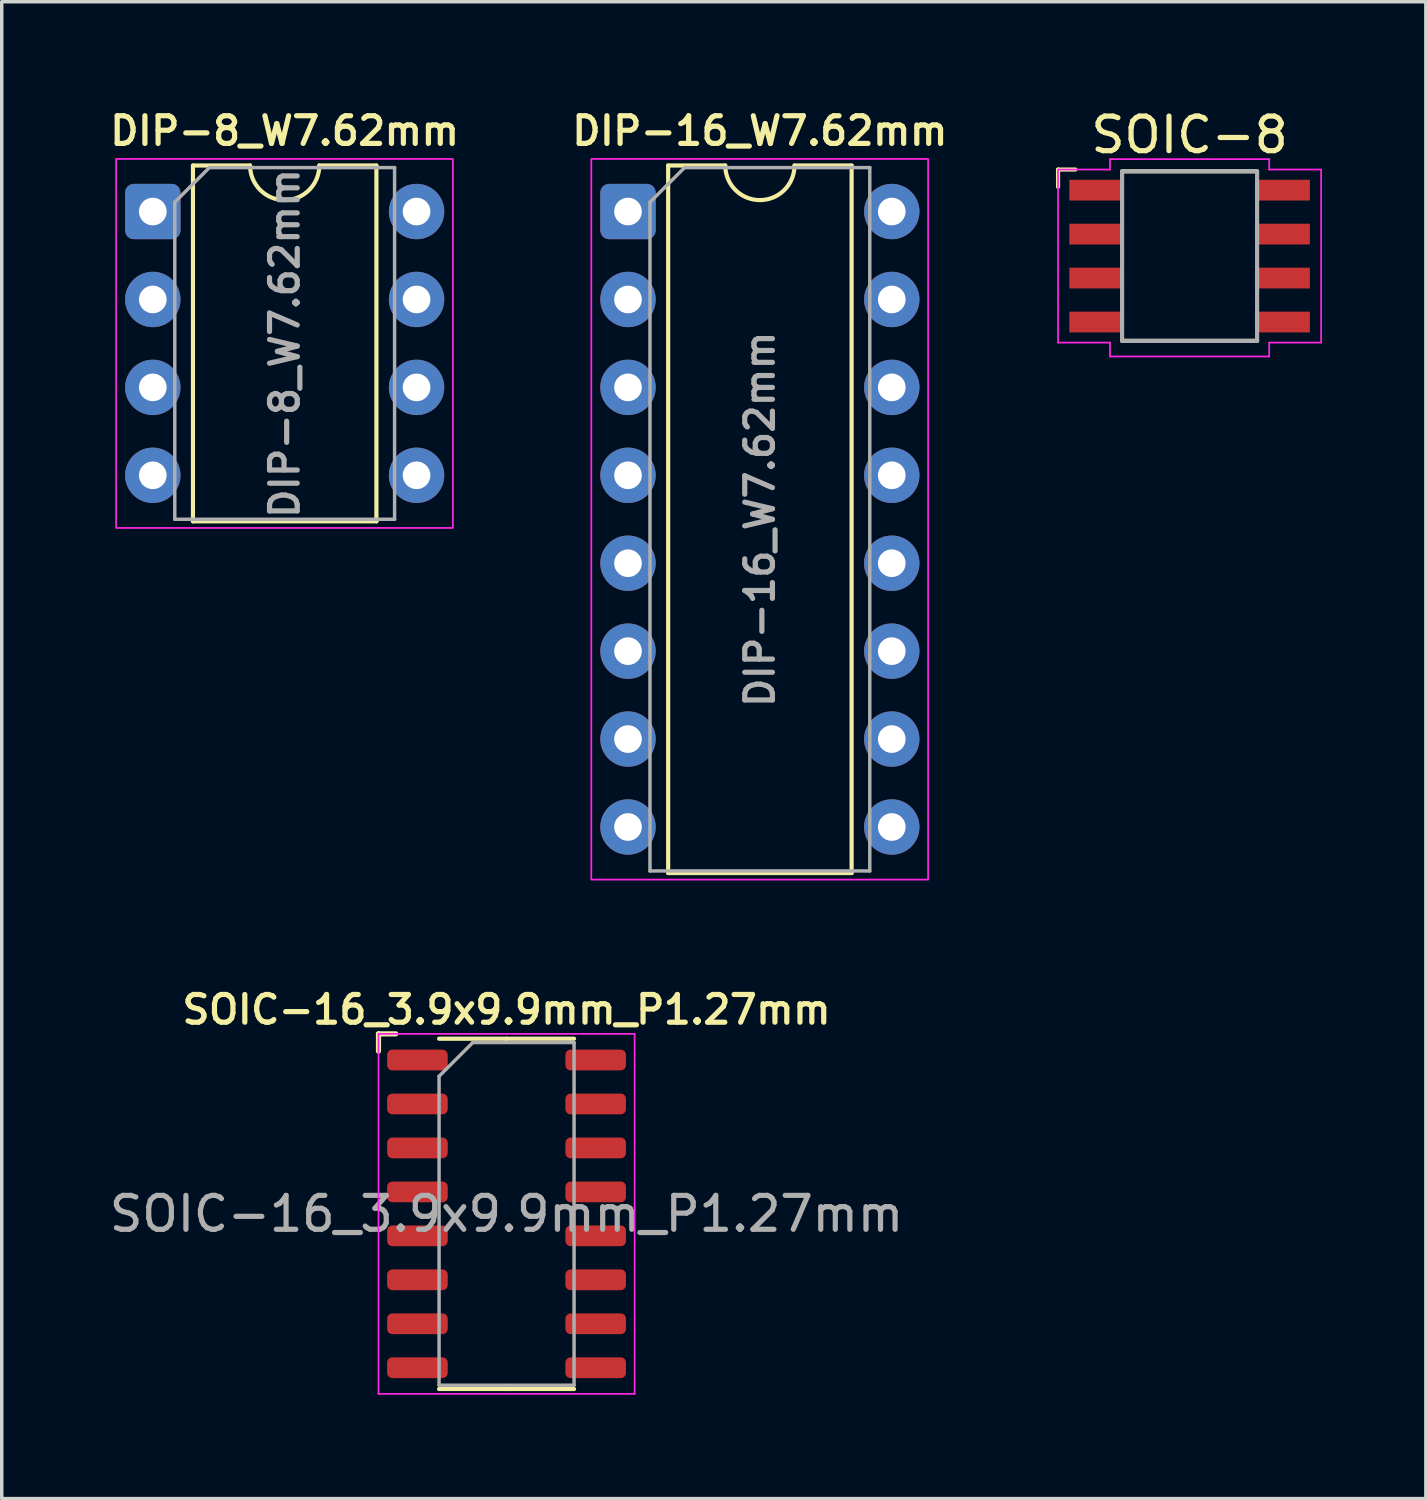
<source format=kicad_pcb>
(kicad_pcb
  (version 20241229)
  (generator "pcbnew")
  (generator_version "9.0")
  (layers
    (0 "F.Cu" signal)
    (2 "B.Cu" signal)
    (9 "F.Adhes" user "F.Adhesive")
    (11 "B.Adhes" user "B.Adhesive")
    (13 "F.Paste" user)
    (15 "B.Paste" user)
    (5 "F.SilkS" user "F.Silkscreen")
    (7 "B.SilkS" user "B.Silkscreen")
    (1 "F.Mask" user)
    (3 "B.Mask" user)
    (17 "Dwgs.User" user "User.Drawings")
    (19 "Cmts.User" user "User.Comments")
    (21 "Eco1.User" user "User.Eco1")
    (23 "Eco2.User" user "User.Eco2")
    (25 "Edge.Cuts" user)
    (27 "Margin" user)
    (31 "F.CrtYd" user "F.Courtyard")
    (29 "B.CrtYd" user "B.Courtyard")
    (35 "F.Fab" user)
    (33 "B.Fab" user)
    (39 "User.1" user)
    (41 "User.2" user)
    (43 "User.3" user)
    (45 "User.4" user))
  (footprint "SOIC-8"
    (layer "F.Cu")
    (at 31.316 4.348)
    (property "Reference" "SOIC-8" (at 0 -3.5 0) (layer "F.SilkS") (effects (font (size 1 1) (thickness 0.15))))
    (attr smd)
    (fp_line (start -3.8 -2.5) (end -3.8 -2) (stroke (width 0.12) (type solid)) (layer "F.SilkS"))
    (fp_line (start -3.8 -2.5) (end -3.3 -2.5) (stroke (width 0.12) (type solid)) (layer "F.SilkS"))
    (fp_line (start -1.95 -2.45) (end 1.95 -2.45) (stroke (width 0.12) (type solid)) (layer "F.SilkS"))
    (fp_line (start -1.95 2.45) (end 1.95 2.45) (stroke (width 0.12) (type solid)) (layer "F.SilkS"))
    (fp_line (start -3.8 -2.5) (end -3.8 2.5) (stroke (width 0.05) (type solid)) (layer "F.CrtYd"))
    (fp_line (start -3.8 2.5) (end -2.3 2.5) (stroke (width 0.05) (type solid)) (layer "F.CrtYd"))
    (fp_line (start -2.3 -2.8) (end -2.3 -2.5) (stroke (width 0.05) (type solid)) (layer "F.CrtYd"))
    (fp_line (start -2.3 -2.5) (end -3.8 -2.5) (stroke (width 0.05) (type solid)) (layer "F.CrtYd"))
    (fp_line (start -2.3 2.5) (end -2.3 2.9) (stroke (width 0.05) (type solid)) (layer "F.CrtYd"))
    (fp_line (start -2.3 2.9) (end 2.3 2.9) (stroke (width 0.05) (type solid)) (layer "F.CrtYd"))
    (fp_line (start 2.3 -2.8) (end -2.3 -2.8) (stroke (width 0.05) (type solid)) (layer "F.CrtYd"))
    (fp_line (start 2.3 -2.5) (end 2.3 -2.8) (stroke (width 0.05) (type solid)) (layer "F.CrtYd"))
    (fp_line (start 2.3 2.5) (end 3.8 2.5) (stroke (width 0.05) (type solid)) (layer "F.CrtYd"))
    (fp_line (start 2.3 2.9) (end 2.3 2.5) (stroke (width 0.05) (type solid)) (layer "F.CrtYd"))
    (fp_line (start 3.8 -2.5) (end 2.3 -2.5) (stroke (width 0.05) (type solid)) (layer "F.CrtYd"))
    (fp_line (start 3.8 2.5) (end 3.8 -2.5) (stroke (width 0.05) (type solid)) (layer "F.CrtYd"))
    (fp_rect (start -1.95 -2.45) (end 1.95 2.45) (stroke (width 0.12) (type solid)) (fill no) (layer "F.Fab"))
    (pad "1" smd rect (at -2.7 -1.905 90) (size 0.6 1.55) (layers "F.Cu" "F.Mask" "F.Paste"))
    (pad "2" smd rect (at -2.7 -0.635 90) (size 0.6 1.55) (layers "F.Cu" "F.Mask" "F.Paste"))
    (pad "3" smd rect (at -2.7 0.635 90) (size 0.6 1.55) (layers "F.Cu" "F.Mask" "F.Paste"))
    (pad "4" smd rect (at -2.7 1.905 90) (size 0.6 1.55) (layers "F.Cu" "F.Mask" "F.Paste"))
    (pad "5" smd rect (at 2.7 1.905 90) (size 0.6 1.55) (layers "F.Cu" "F.Mask" "F.Paste"))
    (pad "6" smd rect (at 2.7 0.635 90) (size 0.6 1.55) (layers "F.Cu" "F.Mask" "F.Paste"))
    (pad "7" smd rect (at 2.7 -0.635 90) (size 0.6 1.55) (layers "F.Cu" "F.Mask" "F.Paste"))
    (pad "8" smd rect (at 2.7 -1.905 90) (size 0.6 1.55) (layers "F.Cu" "F.Mask" "F.Paste")))
  (footprint "SOIC-16_3.9x9.9mm_P1.27mm"
    (layer "F.Cu")
    (at 11.584 32.017)
    (property "Reference" "SOIC-16_3.9x9.9mm_P1.27mm" (at 0 -5.9 0) (layer "F.SilkS") (effects (font (size 0.8 0.8) (thickness 0.15))))
    (attr smd)
    (fp_line (start -3.7 -5.2) (end -3.7 -4.7) (stroke (width 0.15) (type default)) (layer "F.SilkS"))
    (fp_line (start -3.7 -5.2) (end -3.2 -5.2) (stroke (width 0.15) (type default)) (layer "F.SilkS"))
    (fp_line (start 0 -5.06) (end -1.95 -5.06) (stroke (width 0.12) (type solid)) (layer "F.SilkS"))
    (fp_line (start 0 -5.06) (end 1.95 -5.06) (stroke (width 0.12) (type solid)) (layer "F.SilkS"))
    (fp_line (start 0 5.06) (end -1.95 5.06) (stroke (width 0.12) (type solid)) (layer "F.SilkS"))
    (fp_line (start 0 5.06) (end 1.95 5.06) (stroke (width 0.12) (type solid)) (layer "F.SilkS"))
    (fp_line (start -3.7 -5.2) (end -3.7 5.2) (stroke (width 0.05) (type solid)) (layer "F.CrtYd"))
    (fp_line (start -3.7 5.2) (end 3.7 5.2) (stroke (width 0.05) (type solid)) (layer "F.CrtYd"))
    (fp_line (start 3.7 -5.2) (end -3.7 -5.2) (stroke (width 0.05) (type solid)) (layer "F.CrtYd"))
    (fp_line (start 3.7 5.2) (end 3.7 -5.2) (stroke (width 0.05) (type solid)) (layer "F.CrtYd"))
    (fp_line (start -1.95 -3.975) (end -0.975 -4.95) (stroke (width 0.1) (type solid)) (layer "F.Fab"))
    (fp_line (start -1.95 4.95) (end -1.95 -3.975) (stroke (width 0.1) (type solid)) (layer "F.Fab"))
    (fp_line (start -0.975 -4.95) (end 1.95 -4.95) (stroke (width 0.1) (type solid)) (layer "F.Fab"))
    (fp_line (start 1.95 -4.95) (end 1.95 4.95) (stroke (width 0.1) (type solid)) (layer "F.Fab"))
    (fp_line (start 1.95 4.95) (end -1.95 4.95) (stroke (width 0.1) (type solid)) (layer "F.Fab"))
    (fp_text user "${REFERENCE}" (at 0 0 0) (layer "F.Fab") (effects (font (size 0.98 0.98) (thickness 0.15))))
    (pad "1" smd roundrect (at -2.575 -4.445) (size 1.75 0.6) (layers "F.Cu" "F.Mask" "F.Paste") (roundrect_rratio 0.25))
    (pad "2" smd roundrect (at -2.575 -3.175) (size 1.75 0.6) (layers "F.Cu" "F.Mask" "F.Paste") (roundrect_rratio 0.25))
    (pad "3" smd roundrect (at -2.575 -1.905) (size 1.75 0.6) (layers "F.Cu" "F.Mask" "F.Paste") (roundrect_rratio 0.25))
    (pad "4" smd roundrect (at -2.575 -0.635) (size 1.75 0.6) (layers "F.Cu" "F.Mask" "F.Paste") (roundrect_rratio 0.25))
    (pad "5" smd roundrect (at -2.575 0.635) (size 1.75 0.6) (layers "F.Cu" "F.Mask" "F.Paste") (roundrect_rratio 0.25))
    (pad "6" smd roundrect (at -2.575 1.905) (size 1.75 0.6) (layers "F.Cu" "F.Mask" "F.Paste") (roundrect_rratio 0.25))
    (pad "7" smd roundrect (at -2.575 3.175) (size 1.75 0.6) (layers "F.Cu" "F.Mask" "F.Paste") (roundrect_rratio 0.25))
    (pad "8" smd roundrect (at -2.575 4.445) (size 1.75 0.6) (layers "F.Cu" "F.Mask" "F.Paste") (roundrect_rratio 0.25))
    (pad "9" smd roundrect (at 2.575 4.445) (size 1.75 0.6) (layers "F.Cu" "F.Mask" "F.Paste") (roundrect_rratio 0.25))
    (pad "10" smd roundrect (at 2.575 3.175) (size 1.75 0.6) (layers "F.Cu" "F.Mask" "F.Paste") (roundrect_rratio 0.25))
    (pad "11" smd roundrect (at 2.575 1.905) (size 1.75 0.6) (layers "F.Cu" "F.Mask" "F.Paste") (roundrect_rratio 0.25))
    (pad "12" smd roundrect (at 2.575 0.635) (size 1.75 0.6) (layers "F.Cu" "F.Mask" "F.Paste") (roundrect_rratio 0.25))
    (pad "13" smd roundrect (at 2.575 -0.635) (size 1.75 0.6) (layers "F.Cu" "F.Mask" "F.Paste") (roundrect_rratio 0.25))
    (pad "14" smd roundrect (at 2.575 -1.905) (size 1.75 0.6) (layers "F.Cu" "F.Mask" "F.Paste") (roundrect_rratio 0.25))
    (pad "15" smd roundrect (at 2.575 -3.175) (size 1.75 0.6) (layers "F.Cu" "F.Mask" "F.Paste") (roundrect_rratio 0.25))
    (pad "16" smd roundrect (at 2.575 -4.445) (size 1.75 0.6) (layers "F.Cu" "F.Mask" "F.Paste") (roundrect_rratio 0.25)))
  (footprint "DIP-16_W7.62mm"
    (layer "F.Cu")
    (at 18.902 11.951)
    (property "Reference" "DIP-16_W7.62mm" (at 0 -11.22 0) (layer "F.SilkS") (effects (font (size 0.8 0.8) (thickness 0.15))))
    (attr through_hole)
    (fp_line (start -2.65 -10.22) (end -2.65 10.22) (stroke (width 0.12) (type solid)) (layer "F.SilkS"))
    (fp_line (start -2.65 10.22) (end 2.65 10.22) (stroke (width 0.12) (type solid)) (layer "F.SilkS"))
    (fp_line (start -1 -10.22) (end -2.65 -10.22) (stroke (width 0.12) (type solid)) (layer "F.SilkS"))
    (fp_line (start 2.65 -10.22) (end 1 -10.22) (stroke (width 0.12) (type solid)) (layer "F.SilkS"))
    (fp_line (start 2.65 10.22) (end 2.65 -10.22) (stroke (width 0.12) (type solid)) (layer "F.SilkS"))
    (fp_arc (start 1 -10.22) (mid 0 -9.22) (end -1 -10.22) (stroke (width 0.12) (type solid)) (layer "F.SilkS"))
    (fp_rect (start -4.87 -10.41) (end 4.86 10.41) (stroke (width 0.05) (type solid)) (fill no) (layer "F.CrtYd"))
    (fp_line (start -3.175 -9.16) (end -2.175 -10.16) (stroke (width 0.1) (type solid)) (layer "F.Fab"))
    (fp_line (start -3.175 10.16) (end -3.175 -9.16) (stroke (width 0.1) (type solid)) (layer "F.Fab"))
    (fp_line (start -2.175 -10.16) (end 3.175 -10.16) (stroke (width 0.1) (type solid)) (layer "F.Fab"))
    (fp_line (start 3.175 -10.16) (end 3.175 10.16) (stroke (width 0.1) (type solid)) (layer "F.Fab"))
    (fp_line (start 3.175 10.16) (end -3.175 10.16) (stroke (width 0.1) (type solid)) (layer "F.Fab"))
    (fp_text user "${REFERENCE}" (at 0 0 90) (layer "F.Fab") (effects (font (size 0.8 0.8) (thickness 0.15))))
    (pad "1" thru_hole roundrect (at -3.81 -8.89) (size 1.6 1.6) (drill 0.8) (layers "*.Cu" "*.Mask") (roundrect_rratio 0.156))
    (pad "2" thru_hole circle (at -3.81 -6.35) (size 1.6 1.6) (drill 0.8) (layers "*.Cu" "*.Mask"))
    (pad "3" thru_hole circle (at -3.81 -3.81) (size 1.6 1.6) (drill 0.8) (layers "*.Cu" "*.Mask"))
    (pad "4" thru_hole circle (at -3.81 -1.27) (size 1.6 1.6) (drill 0.8) (layers "*.Cu" "*.Mask"))
    (pad "5" thru_hole circle (at -3.81 1.27) (size 1.6 1.6) (drill 0.8) (layers "*.Cu" "*.Mask"))
    (pad "6" thru_hole circle (at -3.81 3.81) (size 1.6 1.6) (drill 0.8) (layers "*.Cu" "*.Mask"))
    (pad "7" thru_hole circle (at -3.81 6.35) (size 1.6 1.6) (drill 0.8) (layers "*.Cu" "*.Mask"))
    (pad "8" thru_hole circle (at -3.81 8.89) (size 1.6 1.6) (drill 0.8) (layers "*.Cu" "*.Mask"))
    (pad "9" thru_hole circle (at 3.81 8.89) (size 1.6 1.6) (drill 0.8) (layers "*.Cu" "*.Mask"))
    (pad "10" thru_hole circle (at 3.81 6.35) (size 1.6 1.6) (drill 0.8) (layers "*.Cu" "*.Mask"))
    (pad "11" thru_hole circle (at 3.81 3.81) (size 1.6 1.6) (drill 0.8) (layers "*.Cu" "*.Mask"))
    (pad "12" thru_hole circle (at 3.81 1.27) (size 1.6 1.6) (drill 0.8) (layers "*.Cu" "*.Mask"))
    (pad "13" thru_hole circle (at 3.81 -1.27) (size 1.6 1.6) (drill 0.8) (layers "*.Cu" "*.Mask"))
    (pad "14" thru_hole circle (at 3.81 -3.81) (size 1.6 1.6) (drill 0.8) (layers "*.Cu" "*.Mask"))
    (pad "15" thru_hole circle (at 3.81 -6.35) (size 1.6 1.6) (drill 0.8) (layers "*.Cu" "*.Mask"))
    (pad "16" thru_hole circle (at 3.81 -8.89) (size 1.6 1.6) (drill 0.8) (layers "*.Cu" "*.Mask")))
  (footprint "DIP-8_W7.62mm"
    (layer "F.Cu")
    (at 5.174 6.871)
    (property "Reference" "DIP-8_W7.62mm" (at 0 -6.14 0) (layer "F.SilkS") (effects (font (size 0.8 0.8) (thickness 0.15))))
    (attr through_hole)
    (fp_line (start -2.65 -5.14) (end -2.65 5.14) (stroke (width 0.12) (type solid)) (layer "F.SilkS"))
    (fp_line (start -2.65 5.14) (end 2.65 5.14) (stroke (width 0.12) (type solid)) (layer "F.SilkS"))
    (fp_line (start -1 -5.14) (end -2.65 -5.14) (stroke (width 0.12) (type solid)) (layer "F.SilkS"))
    (fp_line (start 2.65 -5.14) (end 1 -5.14) (stroke (width 0.12) (type solid)) (layer "F.SilkS"))
    (fp_line (start 2.65 5.14) (end 2.65 -5.14) (stroke (width 0.12) (type solid)) (layer "F.SilkS"))
    (fp_arc (start 1 -5.14) (mid 0 -4.14) (end -1 -5.14) (stroke (width 0.12) (type solid)) (layer "F.SilkS"))
    (fp_rect (start -4.87 -5.33) (end 4.86 5.33) (stroke (width 0.05) (type solid)) (fill no) (layer "F.CrtYd"))
    (fp_line (start -3.175 -4.08) (end -2.175 -5.08) (stroke (width 0.1) (type solid)) (layer "F.Fab"))
    (fp_line (start -3.175 5.08) (end -3.175 -4.08) (stroke (width 0.1) (type solid)) (layer "F.Fab"))
    (fp_line (start -2.175 -5.08) (end 3.175 -5.08) (stroke (width 0.1) (type solid)) (layer "F.Fab"))
    (fp_line (start 3.175 -5.08) (end 3.175 5.08) (stroke (width 0.1) (type solid)) (layer "F.Fab"))
    (fp_line (start 3.175 5.08) (end -3.175 5.08) (stroke (width 0.1) (type solid)) (layer "F.Fab"))
    (fp_text user "${REFERENCE}" (at 0 0 90) (layer "F.Fab") (effects (font (size 0.8 0.8) (thickness 0.15))))
    (pad "1" thru_hole roundrect (at -3.81 -3.81) (size 1.6 1.6) (drill 0.8) (layers "*.Cu" "*.Mask") (roundrect_rratio 0.156))
    (pad "2" thru_hole circle (at -3.81 -1.27) (size 1.6 1.6) (drill 0.8) (layers "*.Cu" "*.Mask"))
    (pad "3" thru_hole circle (at -3.81 1.27) (size 1.6 1.6) (drill 0.8) (layers "*.Cu" "*.Mask"))
    (pad "4" thru_hole circle (at -3.81 3.81) (size 1.6 1.6) (drill 0.8) (layers "*.Cu" "*.Mask"))
    (pad "5" thru_hole circle (at 3.81 3.81) (size 1.6 1.6) (drill 0.8) (layers "*.Cu" "*.Mask"))
    (pad "6" thru_hole circle (at 3.81 1.27) (size 1.6 1.6) (drill 0.8) (layers "*.Cu" "*.Mask"))
    (pad "7" thru_hole circle (at 3.81 -1.27) (size 1.6 1.6) (drill 0.8) (layers "*.Cu" "*.Mask"))
    (pad "8" thru_hole circle (at 3.81 -3.81) (size 1.6 1.6) (drill 0.8) (layers "*.Cu" "*.Mask")))
  (gr_rect
    (start -3 -3)
    (end 38.141 40.242)
    (stroke (width 0.1) (type default))
    (fill no)
    (layer "Edge.Cuts")))
</source>
